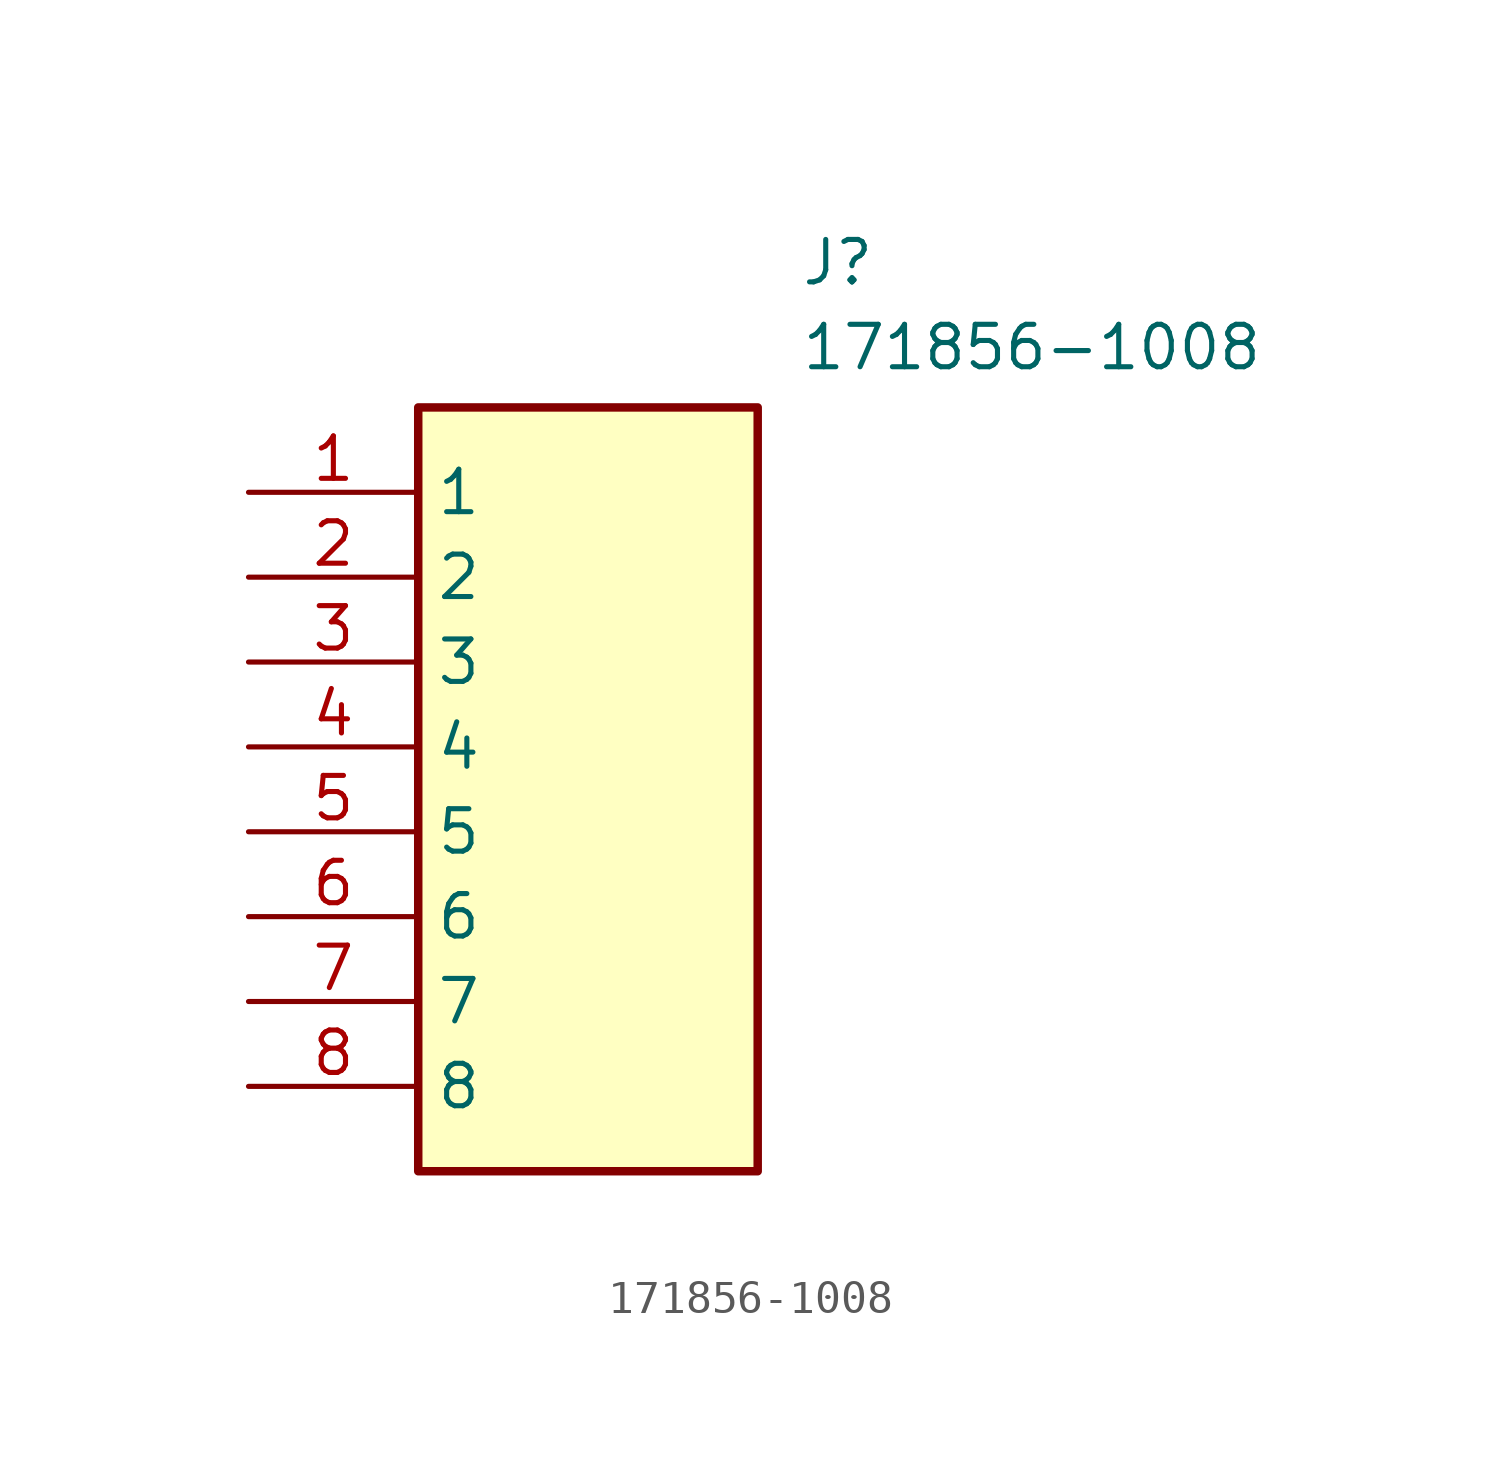
<source format=kicad_sym>
(kicad_symbol_lib
  (version 20211014)
  (generator SamacSys_ECAD_Model)
  (symbol "171856-1008"
    (property "Reference" "J"
      (at 16.51 7.62 0)
      (effects (font (size 1.27 1.27)) (justify left top)))
    (property "Value" "171856-1008"
      (at 16.51 5.08 0)
      (effects (font (size 1.27 1.27)) (justify left top)))
    (rectangle
      (start 5.08 2.54)
      (end 15.24 -20.32)
      (stroke (width 0.254) (type default))
      (fill (type background)))
    (pin passive line
      (at 0 0 0)
      (length 5.08)
      (name "1" (effects (font (size 1.27 1.27))))
      (number "1" (effects (font (size 1.27 1.27)))))
    (pin passive line
      (at 0 -2.54 0)
      (length 5.08)
      (name "2" (effects (font (size 1.27 1.27))))
      (number "2" (effects (font (size 1.27 1.27)))))
    (pin passive line
      (at 0 -5.08 0)
      (length 5.08)
      (name "3" (effects (font (size 1.27 1.27))))
      (number "3" (effects (font (size 1.27 1.27)))))
    (pin passive line
      (at 0 -7.62 0)
      (length 5.08)
      (name "4" (effects (font (size 1.27 1.27))))
      (number "4" (effects (font (size 1.27 1.27)))))
    (pin passive line
      (at 0 -10.16 0)
      (length 5.08)
      (name "5" (effects (font (size 1.27 1.27))))
      (number "5" (effects (font (size 1.27 1.27)))))
    (pin passive line
      (at 0 -12.7 0)
      (length 5.08)
      (name "6" (effects (font (size 1.27 1.27))))
      (number "6" (effects (font (size 1.27 1.27)))))
    (pin passive line
      (at 0 -15.24 0)
      (length 5.08)
      (name "7" (effects (font (size 1.27 1.27))))
      (number "7" (effects (font (size 1.27 1.27)))))
    (pin passive line
      (at 0 -17.78 0)
      (length 5.08)
      (name "8" (effects (font (size 1.27 1.27))))
      (number "8" (effects (font (size 1.27 1.27)))))))
</source>
